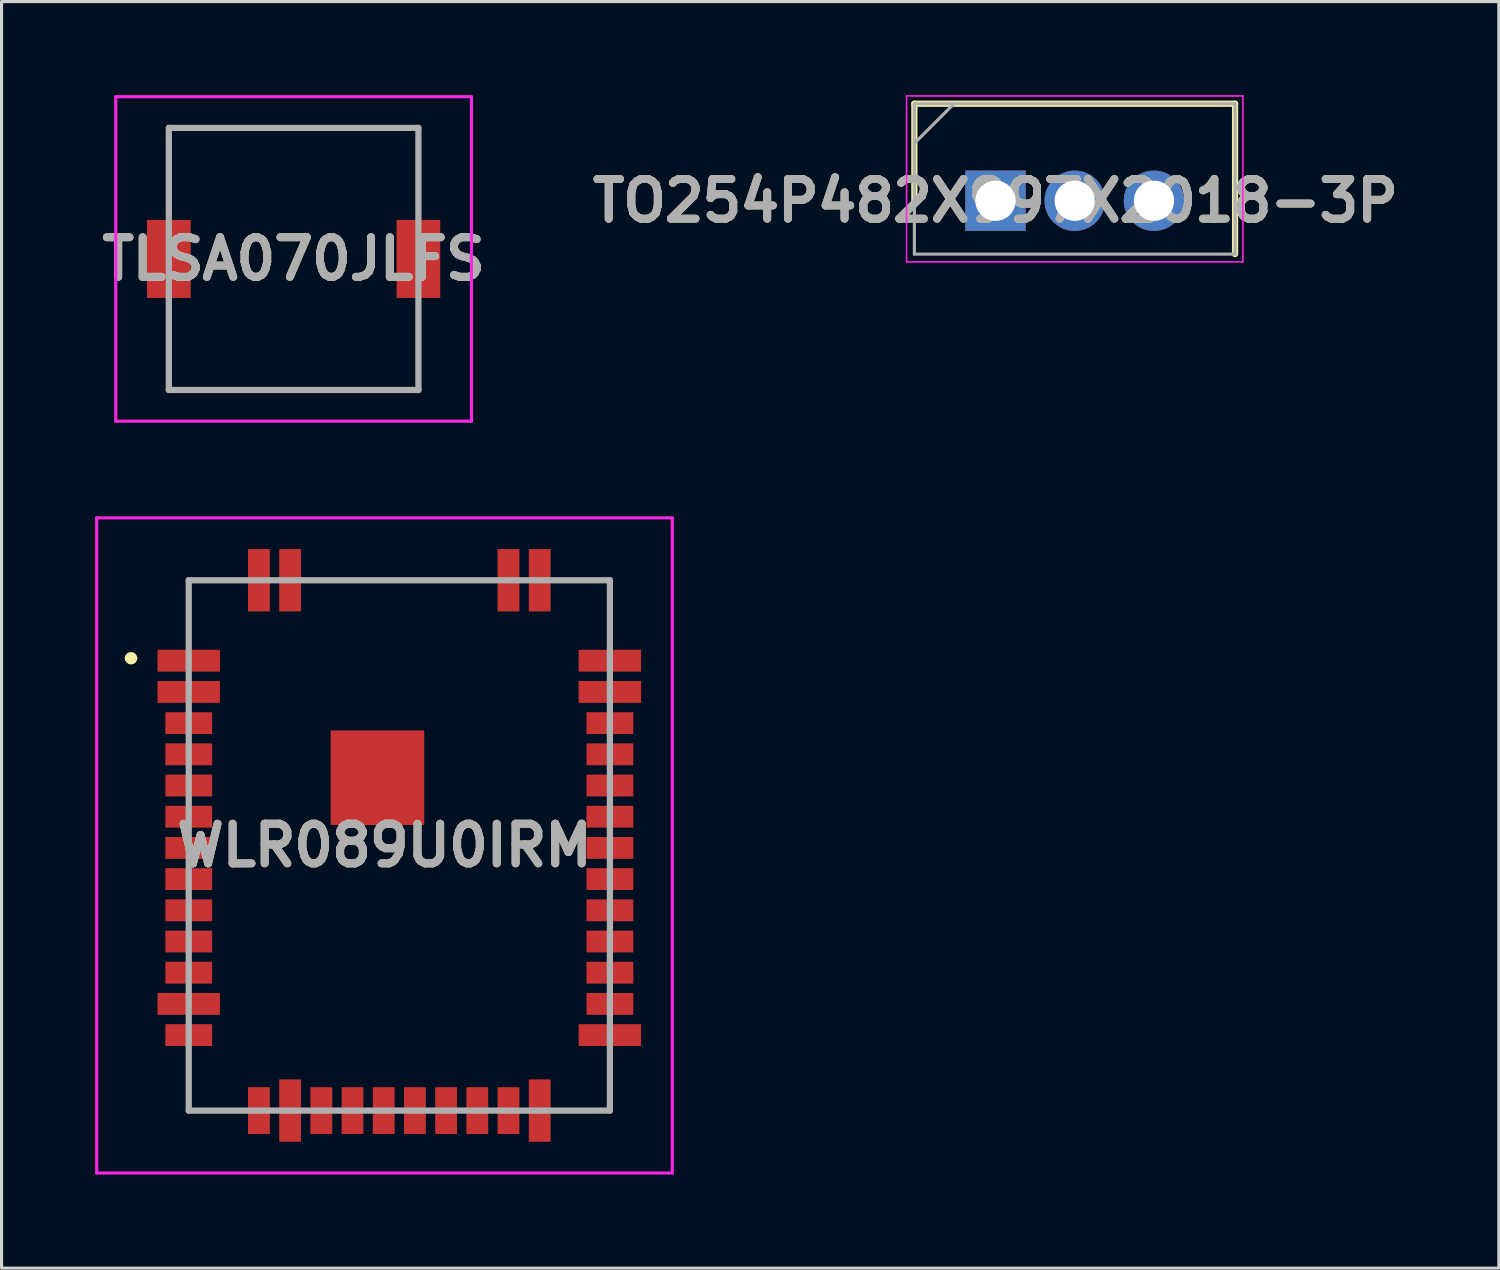
<source format=kicad_pcb>
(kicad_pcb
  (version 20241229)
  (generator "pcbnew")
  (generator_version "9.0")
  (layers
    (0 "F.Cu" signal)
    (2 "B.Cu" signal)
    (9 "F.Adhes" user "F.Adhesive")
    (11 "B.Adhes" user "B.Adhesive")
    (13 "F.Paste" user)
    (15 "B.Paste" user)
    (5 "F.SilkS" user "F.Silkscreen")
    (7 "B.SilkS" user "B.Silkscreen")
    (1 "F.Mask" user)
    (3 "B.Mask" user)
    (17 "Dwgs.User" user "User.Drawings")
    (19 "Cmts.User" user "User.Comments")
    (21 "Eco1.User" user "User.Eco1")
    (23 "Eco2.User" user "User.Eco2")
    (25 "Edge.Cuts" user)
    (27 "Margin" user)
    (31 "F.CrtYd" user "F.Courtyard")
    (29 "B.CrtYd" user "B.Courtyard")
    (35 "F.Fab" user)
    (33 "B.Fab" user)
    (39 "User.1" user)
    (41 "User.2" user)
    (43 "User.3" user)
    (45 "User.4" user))
  (footprint "TO254P482X997X2018-3P"
    (layer "F.Cu")
    (at 28.86 3.385)
    (property "Reference" "TO254P482X997X2018-3P" (at 0 0 0) (layer "F.SilkS") (effects (font (size 1.27 1.27) (thickness 0.254))))
    (attr through_hole)
    (fp_line (start -2.6 -3.11) (end -2.6 0) (stroke (width 0.2) (type solid)) (layer "F.SilkS"))
    (fp_line (start 7.68 -3.11) (end -2.6 -3.11) (stroke (width 0.2) (type solid)) (layer "F.SilkS"))
    (fp_line (start 7.68 1.71) (end 7.68 -3.11) (stroke (width 0.2) (type solid)) (layer "F.SilkS"))
    (fp_line (start -2.85 -3.36) (end 7.93 -3.36) (stroke (width 0.05) (type solid)) (layer "F.CrtYd"))
    (fp_line (start -2.85 1.96) (end -2.85 -3.36) (stroke (width 0.05) (type solid)) (layer "F.CrtYd"))
    (fp_line (start 7.93 -3.36) (end 7.93 1.96) (stroke (width 0.05) (type solid)) (layer "F.CrtYd"))
    (fp_line (start 7.93 1.96) (end -2.85 1.96) (stroke (width 0.05) (type solid)) (layer "F.CrtYd"))
    (fp_line (start -2.6 -3.11) (end 7.68 -3.11) (stroke (width 0.1) (type solid)) (layer "F.Fab"))
    (fp_line (start -2.6 -1.84) (end -1.33 -3.11) (stroke (width 0.1) (type solid)) (layer "F.Fab"))
    (fp_line (start -2.6 1.71) (end -2.6 -3.11) (stroke (width 0.1) (type solid)) (layer "F.Fab"))
    (fp_line (start 7.68 -3.11) (end 7.68 1.71) (stroke (width 0.1) (type solid)) (layer "F.Fab"))
    (fp_line (start 7.68 1.71) (end -2.6 1.71) (stroke (width 0.1) (type solid)) (layer "F.Fab"))
    (fp_text user "${REFERENCE}" (at 0 0 0) (layer "F.Fab") (effects (font (size 1.27 1.27) (thickness 0.254))))
    (pad "1" thru_hole rect (at 0 0) (size 1.935 1.935) (drill 1.29) (layers "*.Cu" "*.Mask"))
    (pad "2" thru_hole circle (at 2.54 0) (size 1.935 1.935) (drill 1.29) (layers "*.Cu" "*.Mask"))
    (pad "3" thru_hole circle (at 5.08 0) (size 1.935 1.935) (drill 1.29) (layers "*.Cu" "*.Mask")))
  (footprint "WLR089U0IRM"
    (layer "F.Cu")
    (at 9.275 24.05)
    (property "Reference" "WLR089U0IRM" (at 0 0 0) (layer "F.SilkS") (effects (font (size 1.27 1.27) (thickness 0.254))))
    (attr smd)
    (fp_line (start -8.225 -6) (end -8.225 -6) (stroke (width 0.2) (type solid)) (layer "F.SilkS"))
    (fp_line (start -8.025 -6) (end -8.025 -6) (stroke (width 0.2) (type solid)) (layer "F.SilkS"))
    (fp_line (start -6.275 -8.5) (end -6.275 -7) (stroke (width 0.1) (type solid)) (layer "F.SilkS"))
    (fp_line (start -6.275 7) (end -6.275 8.5) (stroke (width 0.1) (type solid)) (layer "F.SilkS"))
    (fp_line (start -6.275 8.5) (end -5.025 8.5) (stroke (width 0.1) (type solid)) (layer "F.SilkS"))
    (fp_line (start -5.025 -8.5) (end -6.275 -8.5) (stroke (width 0.1) (type solid)) (layer "F.SilkS"))
    (fp_line (start -2.025 -8.5) (end 2.975 -8.5) (stroke (width 0.1) (type solid)) (layer "F.SilkS"))
    (fp_line (start 5.975 -8.5) (end 7.225 -8.5) (stroke (width 0.1) (type solid)) (layer "F.SilkS"))
    (fp_line (start 7.225 -8.5) (end 7.225 -7) (stroke (width 0.1) (type solid)) (layer "F.SilkS"))
    (fp_line (start 7.225 7) (end 7.225 8.5) (stroke (width 0.1) (type solid)) (layer "F.SilkS"))
    (fp_line (start 7.225 8.5) (end 5.975 8.5) (stroke (width 0.1) (type solid)) (layer "F.SilkS"))
    (fp_arc (start -8.225 -6) (mid -8.125 -6.1) (end -8.025 -6) (stroke (width 0.2) (type solid)) (layer "F.SilkS"))
    (fp_arc (start -8.025 -6) (mid -8.125 -5.9) (end -8.225 -6) (stroke (width 0.2) (type solid)) (layer "F.SilkS"))
    (fp_line (start -9.225 -10.5) (end 9.225 -10.5) (stroke (width 0.1) (type solid)) (layer "F.CrtYd"))
    (fp_line (start -9.225 10.5) (end -9.225 -10.5) (stroke (width 0.1) (type solid)) (layer "F.CrtYd"))
    (fp_line (start 9.225 -10.5) (end 9.225 10.5) (stroke (width 0.1) (type solid)) (layer "F.CrtYd"))
    (fp_line (start 9.225 10.5) (end -9.225 10.5) (stroke (width 0.1) (type solid)) (layer "F.CrtYd"))
    (fp_line (start -6.275 -8.5) (end 7.225 -8.5) (stroke (width 0.2) (type solid)) (layer "F.Fab"))
    (fp_line (start -6.275 8.5) (end -6.275 -8.5) (stroke (width 0.2) (type solid)) (layer "F.Fab"))
    (fp_line (start 7.225 -8.5) (end 7.225 8.5) (stroke (width 0.2) (type solid)) (layer "F.Fab"))
    (fp_line (start 7.225 8.5) (end -6.275 8.5) (stroke (width 0.2) (type solid)) (layer "F.Fab"))
    (fp_text user "${REFERENCE}" (at 0 0 0) (layer "F.Fab") (effects (font (size 1.27 1.27) (thickness 0.254))))
    (pad "1" smd rect (at -6.275 -5.92 90) (size 0.7 2) (layers "F.Cu" "F.Mask" "F.Paste"))
    (pad "2" smd rect (at -6.275 -4.92 90) (size 0.7 2) (layers "F.Cu" "F.Mask" "F.Paste"))
    (pad "3" smd rect (at -6.275 -3.92 90) (size 0.7 1.5) (layers "F.Cu" "F.Mask" "F.Paste"))
    (pad "4" smd rect (at -6.275 -2.92 90) (size 0.7 1.5) (layers "F.Cu" "F.Mask" "F.Paste"))
    (pad "5" smd rect (at -6.275 -1.92 90) (size 0.7 1.5) (layers "F.Cu" "F.Mask" "F.Paste"))
    (pad "6" smd rect (at -6.275 -0.92 90) (size 0.7 1.5) (layers "F.Cu" "F.Mask" "F.Paste"))
    (pad "7" smd rect (at -6.275 0.08 90) (size 0.7 1.5) (layers "F.Cu" "F.Mask" "F.Paste"))
    (pad "8" smd rect (at -6.275 1.08 90) (size 0.7 1.5) (layers "F.Cu" "F.Mask" "F.Paste"))
    (pad "9" smd rect (at -6.275 2.08 90) (size 0.7 1.5) (layers "F.Cu" "F.Mask" "F.Paste"))
    (pad "10" smd rect (at -6.275 3.08 90) (size 0.7 1.5) (layers "F.Cu" "F.Mask" "F.Paste"))
    (pad "11" smd rect (at -6.275 4.08 90) (size 0.7 1.5) (layers "F.Cu" "F.Mask" "F.Paste"))
    (pad "12" smd rect (at -6.275 5.08 90) (size 0.7 2) (layers "F.Cu" "F.Mask" "F.Paste"))
    (pad "13" smd rect (at -6.275 6.08 90) (size 0.7 1.5) (layers "F.Cu" "F.Mask" "F.Paste"))
    (pad "14" smd rect (at -4.025 8.5) (size 0.7 1.5) (layers "F.Cu" "F.Mask" "F.Paste"))
    (pad "15" smd rect (at -3.025 8.5) (size 0.7 2) (layers "F.Cu" "F.Mask" "F.Paste"))
    (pad "16" smd rect (at -2.025 8.5) (size 0.7 1.5) (layers "F.Cu" "F.Mask" "F.Paste"))
    (pad "17" smd rect (at -1.025 8.5) (size 0.7 1.5) (layers "F.Cu" "F.Mask" "F.Paste"))
    (pad "18" smd rect (at -0.025 8.5) (size 0.7 1.5) (layers "F.Cu" "F.Mask" "F.Paste"))
    (pad "19" smd rect (at 0.975 8.5) (size 0.7 1.5) (layers "F.Cu" "F.Mask" "F.Paste"))
    (pad "20" smd rect (at 1.975 8.5) (size 0.7 1.5) (layers "F.Cu" "F.Mask" "F.Paste"))
    (pad "21" smd rect (at 2.975 8.5) (size 0.7 1.5) (layers "F.Cu" "F.Mask" "F.Paste"))
    (pad "22" smd rect (at 3.975 8.5) (size 0.7 1.5) (layers "F.Cu" "F.Mask" "F.Paste"))
    (pad "23" smd rect (at 4.975 8.5) (size 0.7 2) (layers "F.Cu" "F.Mask" "F.Paste"))
    (pad "24" smd rect (at 7.225 6.08 90) (size 0.7 2) (layers "F.Cu" "F.Mask" "F.Paste"))
    (pad "25" smd rect (at 7.225 5.08 90) (size 0.7 1.5) (layers "F.Cu" "F.Mask" "F.Paste"))
    (pad "26" smd rect (at 7.225 4.08 90) (size 0.7 1.5) (layers "F.Cu" "F.Mask" "F.Paste"))
    (pad "27" smd rect (at 7.225 3.08 90) (size 0.7 1.5) (layers "F.Cu" "F.Mask" "F.Paste"))
    (pad "28" smd rect (at 7.225 2.08 90) (size 0.7 1.5) (layers "F.Cu" "F.Mask" "F.Paste"))
    (pad "29" smd rect (at 7.225 1.08 90) (size 0.7 1.5) (layers "F.Cu" "F.Mask" "F.Paste"))
    (pad "30" smd rect (at 7.225 0.08 90) (size 0.7 1.5) (layers "F.Cu" "F.Mask" "F.Paste"))
    (pad "31" smd rect (at 7.225 -0.92 90) (size 0.7 1.5) (layers "F.Cu" "F.Mask" "F.Paste"))
    (pad "32" smd rect (at 7.225 -1.92 90) (size 0.7 1.5) (layers "F.Cu" "F.Mask" "F.Paste"))
    (pad "33" smd rect (at 7.225 -2.92 90) (size 0.7 1.5) (layers "F.Cu" "F.Mask" "F.Paste"))
    (pad "34" smd rect (at 7.225 -3.92 90) (size 0.7 1.5) (layers "F.Cu" "F.Mask" "F.Paste"))
    (pad "35" smd rect (at 7.225 -4.92 90) (size 0.7 2) (layers "F.Cu" "F.Mask" "F.Paste"))
    (pad "36" smd rect (at 7.225 -5.92 90) (size 0.7 2) (layers "F.Cu" "F.Mask" "F.Paste"))
    (pad "37" smd rect (at 4.975 -8.5) (size 0.7 2) (layers "F.Cu" "F.Mask" "F.Paste"))
    (pad "38" smd rect (at 3.975 -8.5) (size 0.7 2) (layers "F.Cu" "F.Mask" "F.Paste"))
    (pad "39" smd rect (at -3.025 -8.5) (size 0.7 2) (layers "F.Cu" "F.Mask" "F.Paste"))
    (pad "40" smd rect (at -4.025 -8.5) (size 0.7 2) (layers "F.Cu" "F.Mask" "F.Paste"))
    (pad "41" smd rect (at -0.225 -2.17) (size 3 3.03) (layers "F.Cu" "F.Mask" "F.Paste")))
  (footprint "TLSA070JLFS"
    (layer "F.Cu")
    (at 6.362 5.25)
    (property "Reference" "TLSA070JLFS" (at 0 0 0) (layer "F.SilkS") (effects (font (size 1.27 1.27) (thickness 0.254))))
    (attr smd)
    (fp_line (start -4 -4.2) (end 4 -4.2) (stroke (width 0.1) (type solid)) (layer "F.SilkS"))
    (fp_line (start -4 -2) (end -4 -4.2) (stroke (width 0.1) (type solid)) (layer "F.SilkS"))
    (fp_line (start -4 2) (end -4 4.2) (stroke (width 0.1) (type solid)) (layer "F.SilkS"))
    (fp_line (start -4 4.2) (end 4 4.2) (stroke (width 0.1) (type solid)) (layer "F.SilkS"))
    (fp_line (start 4 -4.2) (end 4 -2) (stroke (width 0.1) (type solid)) (layer "F.SilkS"))
    (fp_line (start 4 4.2) (end 4 2) (stroke (width 0.1) (type solid)) (layer "F.SilkS"))
    (fp_line (start -5.7 -5.2) (end 5.7 -5.2) (stroke (width 0.1) (type solid)) (layer "F.CrtYd"))
    (fp_line (start -5.7 5.2) (end -5.7 -5.2) (stroke (width 0.1) (type solid)) (layer "F.CrtYd"))
    (fp_line (start 5.7 -5.2) (end 5.7 5.2) (stroke (width 0.1) (type solid)) (layer "F.CrtYd"))
    (fp_line (start 5.7 5.2) (end -5.7 5.2) (stroke (width 0.1) (type solid)) (layer "F.CrtYd"))
    (fp_line (start -4 -4.2) (end 4 -4.2) (stroke (width 0.2) (type solid)) (layer "F.Fab"))
    (fp_line (start -4 4.2) (end -4 -4.2) (stroke (width 0.2) (type solid)) (layer "F.Fab"))
    (fp_line (start 4 -4.2) (end 4 4.2) (stroke (width 0.2) (type solid)) (layer "F.Fab"))
    (fp_line (start 4 4.2) (end -4 4.2) (stroke (width 0.2) (type solid)) (layer "F.Fab"))
    (fp_text user "${REFERENCE}" (at 0 0 0) (layer "F.Fab") (effects (font (size 1.27 1.27) (thickness 0.254))))
    (pad "1" smd rect (at -4 0) (size 1.4 2.5) (layers "F.Cu" "F.Mask" "F.Paste"))
    (pad "2" smd rect (at 4 0) (size 1.4 2.5) (layers "F.Cu" "F.Mask" "F.Paste")))
  (gr_rect
    (start -3 -3)
    (end 44.995 37.6)
    (stroke (width 0.1) (type default))
    (fill no)
    (layer "Edge.Cuts")))
</source>
